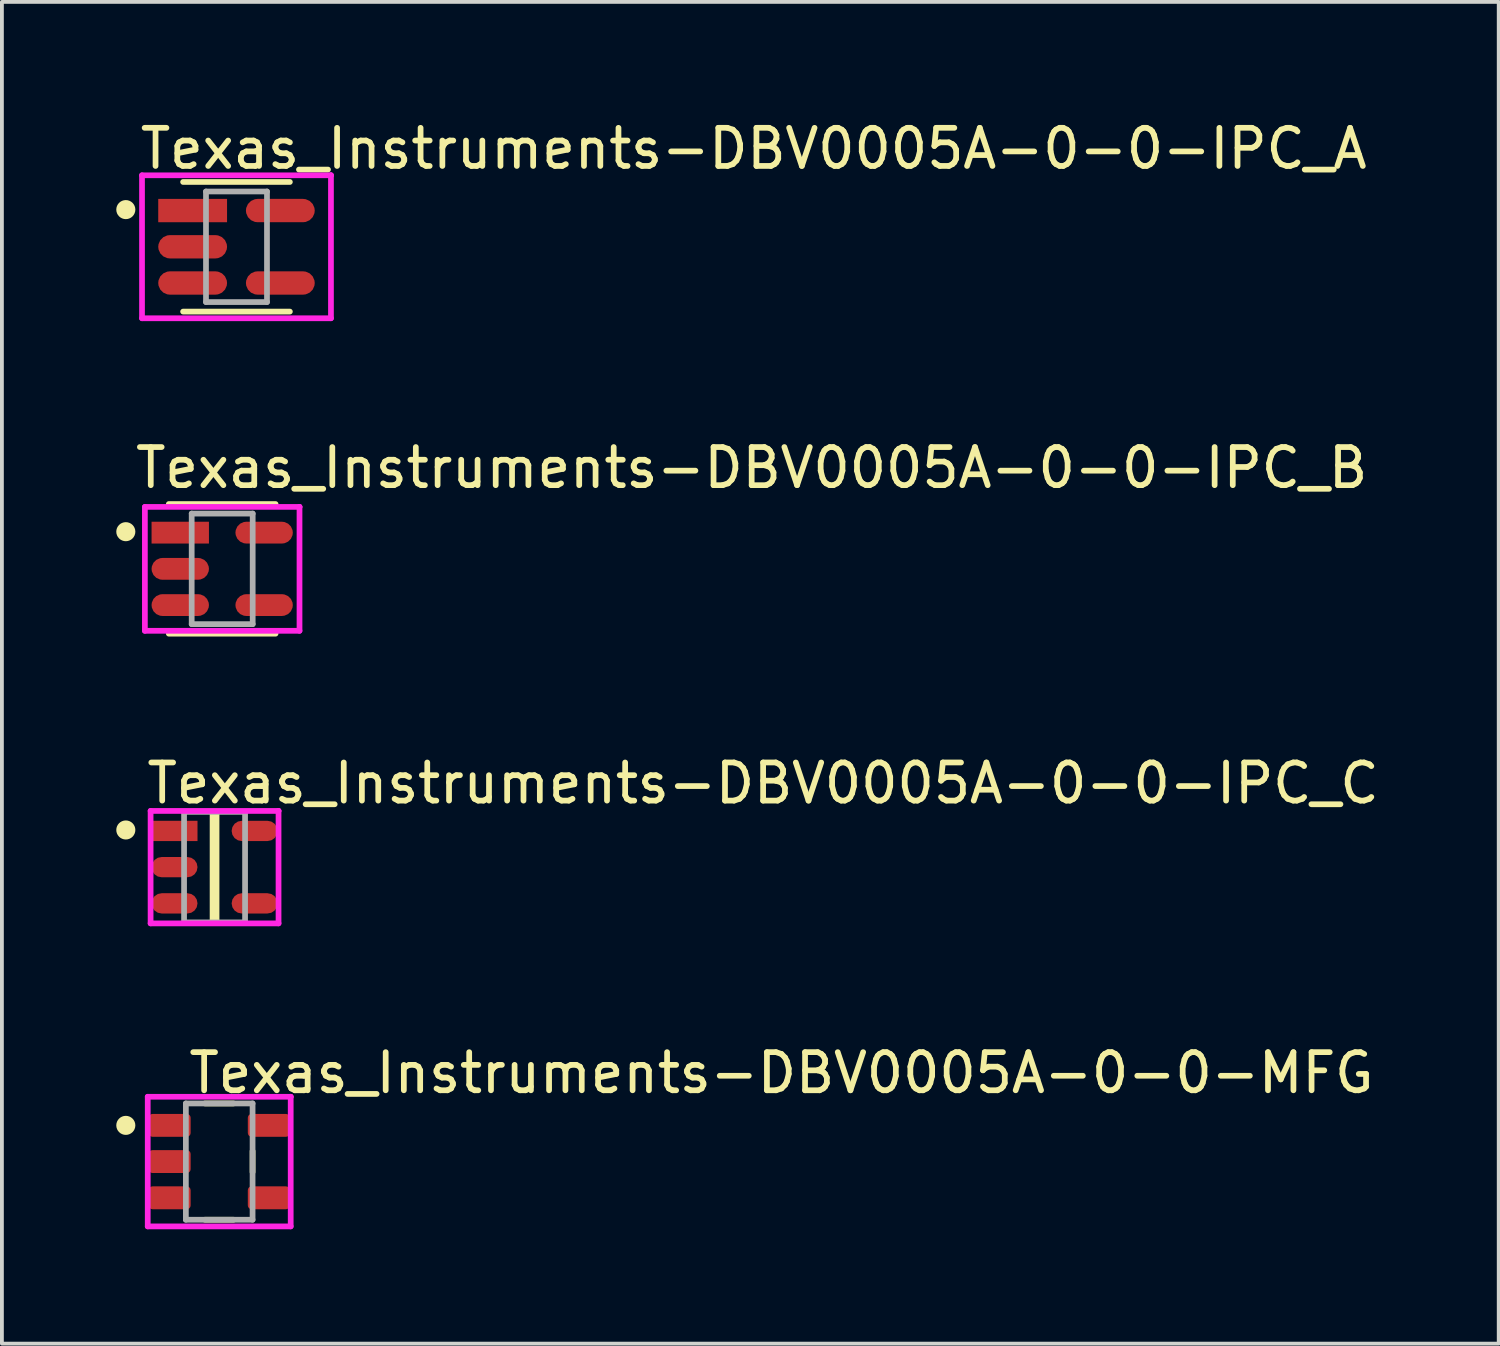
<source format=kicad_pcb>
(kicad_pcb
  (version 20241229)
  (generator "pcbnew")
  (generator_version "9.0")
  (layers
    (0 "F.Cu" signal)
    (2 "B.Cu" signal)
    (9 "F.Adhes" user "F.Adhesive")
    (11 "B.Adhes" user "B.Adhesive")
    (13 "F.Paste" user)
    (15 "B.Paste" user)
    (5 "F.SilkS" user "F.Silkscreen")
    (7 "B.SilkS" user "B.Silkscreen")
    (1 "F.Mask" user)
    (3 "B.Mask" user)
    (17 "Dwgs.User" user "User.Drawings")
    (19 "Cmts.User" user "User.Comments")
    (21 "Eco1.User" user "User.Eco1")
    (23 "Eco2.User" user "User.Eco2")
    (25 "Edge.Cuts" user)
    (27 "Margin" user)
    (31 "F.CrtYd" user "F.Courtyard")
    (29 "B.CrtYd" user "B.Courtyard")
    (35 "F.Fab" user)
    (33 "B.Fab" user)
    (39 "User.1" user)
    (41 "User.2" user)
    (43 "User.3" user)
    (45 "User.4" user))
  (footprint "Texas_Instruments-DBV0005A-0-0-IPC_A"
    (layer "F.Cu")
    (at 3.153 3.423)
    (property "Reference" "Texas_Instruments-DBV0005A-0-0-IPC_A" (at -2.603 -2.575 0) (layer "F.SilkS") (effects (font (size 1 1) (thickness 0.15)) (justify left)))
    (attr through_hole)
    (fp_line (start -1.4 -1.7) (end 1.4 -1.7) (stroke (width 0.15) (type solid)) (layer "F.SilkS"))
    (fp_line (start -1.4 1.7) (end 1.4 1.7) (stroke (width 0.15) (type solid)) (layer "F.SilkS"))
    (fp_circle (center -2.903 -0.975) (end -2.778 -0.975) (stroke (width 0.25) (type solid)) (fill no) (layer "F.SilkS"))
    (fp_line (start -2.478 -1.875) (end -2.478 1.875) (stroke (width 0.15) (type solid)) (layer "F.CrtYd"))
    (fp_line (start -2.478 1.875) (end 2.478 1.875) (stroke (width 0.15) (type solid)) (layer "F.CrtYd"))
    (fp_line (start 2.478 -1.875) (end -2.478 -1.875) (stroke (width 0.15) (type solid)) (layer "F.CrtYd"))
    (fp_line (start 2.478 -1.875) (end 2.478 -1.875) (stroke (width 0.15) (type solid)) (layer "F.CrtYd"))
    (fp_line (start 2.478 1.875) (end 2.478 -1.875) (stroke (width 0.15) (type solid)) (layer "F.CrtYd"))
    (fp_line (start -0.8 -1.45) (end 0.8 -1.45) (stroke (width 0.15) (type solid)) (layer "F.Fab"))
    (fp_line (start -0.8 1.45) (end -0.8 -1.45) (stroke (width 0.15) (type solid)) (layer "F.Fab"))
    (fp_line (start 0.8 -1.45) (end 0.8 1.45) (stroke (width 0.15) (type solid)) (layer "F.Fab"))
    (fp_line (start 0.8 1.45) (end -0.8 1.45) (stroke (width 0.15) (type solid)) (layer "F.Fab"))
    (pad "1" smd rect (at -1.15 -0.95) (size 1.805 0.612) (layers "F.Cu" "F.Mask" "F.Paste"))
    (pad "2" smd roundrect (at -1.15 0) (size 1.805 0.612) (layers "F.Cu" "F.Mask" "F.Paste") (roundrect_rratio 0.5))
    (pad "3" smd roundrect (at -1.15 0.95) (size 1.805 0.612) (layers "F.Cu" "F.Mask" "F.Paste") (roundrect_rratio 0.5))
    (pad "4" smd roundrect (at 1.15 0.95) (size 1.805 0.612) (layers "F.Cu" "F.Mask" "F.Paste") (roundrect_rratio 0.5))
    (pad "5" smd roundrect (at 1.15 -0.95) (size 1.805 0.612) (layers "F.Cu" "F.Mask" "F.Paste") (roundrect_rratio 0.5)))
  (footprint "Texas_Instruments-DBV0005A-0-0-IPC_C"
    (layer "F.Cu")
    (at 2.578 19.695)
    (property "Reference" "Texas_Instruments-DBV0005A-0-0-IPC_C" (at -1.853 -2.2 0) (layer "F.SilkS") (effects (font (size 1 1) (thickness 0.15)) (justify left)))
    (attr through_hole)
    (fp_line (start -0.052 -1.45) (end -0.052 1.45) (stroke (width 0.15) (type solid)) (layer "F.SilkS"))
    (fp_line (start -0.052 1.45) (end 0.052 1.45) (stroke (width 0.15) (type solid)) (layer "F.SilkS"))
    (fp_line (start 0.052 -1.45) (end -0.052 -1.45) (stroke (width 0.15) (type solid)) (layer "F.SilkS"))
    (fp_line (start 0.052 1.45) (end 0.052 -1.45) (stroke (width 0.15) (type solid)) (layer "F.SilkS"))
    (fp_circle (center -2.328 -0.975) (end -2.203 -0.975) (stroke (width 0.25) (type solid)) (fill no) (layer "F.SilkS"))
    (fp_line (start -1.678 -1.475) (end -1.678 1.475) (stroke (width 0.15) (type solid)) (layer "F.CrtYd"))
    (fp_line (start -1.678 1.475) (end 1.678 1.475) (stroke (width 0.15) (type solid)) (layer "F.CrtYd"))
    (fp_line (start 1.678 -1.475) (end -1.678 -1.475) (stroke (width 0.15) (type solid)) (layer "F.CrtYd"))
    (fp_line (start 1.678 -1.475) (end 1.678 -1.475) (stroke (width 0.15) (type solid)) (layer "F.CrtYd"))
    (fp_line (start 1.678 1.475) (end 1.678 -1.475) (stroke (width 0.15) (type solid)) (layer "F.CrtYd"))
    (fp_line (start -0.8 -1.45) (end 0.8 -1.45) (stroke (width 0.15) (type solid)) (layer "F.Fab"))
    (fp_line (start -0.8 1.45) (end -0.8 -1.45) (stroke (width 0.15) (type solid)) (layer "F.Fab"))
    (fp_line (start 0.8 -1.45) (end 0.8 1.45) (stroke (width 0.15) (type solid)) (layer "F.Fab"))
    (fp_line (start 0.8 1.45) (end -0.8 1.45) (stroke (width 0.15) (type solid)) (layer "F.Fab"))
    (pad "1" smd rect (at -1.05 -0.95) (size 1.205 0.532) (layers "F.Cu" "F.Mask" "F.Paste"))
    (pad "2" smd roundrect (at -1.05 0) (size 1.205 0.532) (layers "F.Cu" "F.Mask" "F.Paste") (roundrect_rratio 0.5))
    (pad "3" smd roundrect (at -1.05 0.95) (size 1.205 0.532) (layers "F.Cu" "F.Mask" "F.Paste") (roundrect_rratio 0.5))
    (pad "4" smd roundrect (at 1.05 0.95) (size 1.205 0.532) (layers "F.Cu" "F.Mask" "F.Paste") (roundrect_rratio 0.5))
    (pad "5" smd roundrect (at 1.05 -0.95) (size 1.205 0.532) (layers "F.Cu" "F.Mask" "F.Paste") (roundrect_rratio 0.5)))
  (footprint "Texas_Instruments-DBV0005A-0-0-IPC_B"
    (layer "F.Cu")
    (at 2.778 11.871)
    (property "Reference" "Texas_Instruments-DBV0005A-0-0-IPC_B" (at -2.353 -2.65 0) (layer "F.SilkS") (effects (font (size 1 1) (thickness 0.15)) (justify left)))
    (attr through_hole)
    (fp_line (start -1.4 -1.7) (end 1.4 -1.7) (stroke (width 0.15) (type solid)) (layer "F.SilkS"))
    (fp_line (start -1.4 1.7) (end 1.4 1.7) (stroke (width 0.15) (type solid)) (layer "F.SilkS"))
    (fp_circle (center -2.528 -0.975) (end -2.403 -0.975) (stroke (width 0.25) (type solid)) (fill no) (layer "F.SilkS"))
    (fp_line (start -2.028 -1.625) (end -2.028 1.625) (stroke (width 0.15) (type solid)) (layer "F.CrtYd"))
    (fp_line (start -2.028 1.625) (end 2.028 1.625) (stroke (width 0.15) (type solid)) (layer "F.CrtYd"))
    (fp_line (start 2.028 -1.625) (end -2.028 -1.625) (stroke (width 0.15) (type solid)) (layer "F.CrtYd"))
    (fp_line (start 2.028 -1.625) (end 2.028 -1.625) (stroke (width 0.15) (type solid)) (layer "F.CrtYd"))
    (fp_line (start 2.028 1.625) (end 2.028 -1.625) (stroke (width 0.15) (type solid)) (layer "F.CrtYd"))
    (fp_line (start -0.8 -1.45) (end 0.8 -1.45) (stroke (width 0.15) (type solid)) (layer "F.Fab"))
    (fp_line (start -0.8 1.45) (end -0.8 -1.45) (stroke (width 0.15) (type solid)) (layer "F.Fab"))
    (fp_line (start 0.8 -1.45) (end 0.8 1.45) (stroke (width 0.15) (type solid)) (layer "F.Fab"))
    (fp_line (start 0.8 1.45) (end -0.8 1.45) (stroke (width 0.15) (type solid)) (layer "F.Fab"))
    (pad "1" smd rect (at -1.1 -0.95) (size 1.505 0.572) (layers "F.Cu" "F.Mask" "F.Paste"))
    (pad "2" smd roundrect (at -1.1 0) (size 1.505 0.572) (layers "F.Cu" "F.Mask" "F.Paste") (roundrect_rratio 0.5))
    (pad "3" smd roundrect (at -1.1 0.95) (size 1.505 0.572) (layers "F.Cu" "F.Mask" "F.Paste") (roundrect_rratio 0.5))
    (pad "4" smd roundrect (at 1.1 0.95) (size 1.505 0.572) (layers "F.Cu" "F.Mask" "F.Paste") (roundrect_rratio 0.5))
    (pad "5" smd roundrect (at 1.1 -0.95) (size 1.505 0.572) (layers "F.Cu" "F.Mask" "F.Paste") (roundrect_rratio 0.5)))
  (footprint "Texas_Instruments-DBV0005A-0-0-MFG"
    (layer "F.Cu")
    (at 2.7 27.418)
    (property "Reference" "Texas_Instruments-DBV0005A-0-0-MFG" (at -0.875 -2.325 0) (layer "F.SilkS") (effects (font (size 1 1) (thickness 0.15)) (justify left)))
    (attr through_hole)
    (fp_line (start -0.375 -1.525) (end 0.375 -1.525) (stroke (width 0.15) (type solid)) (layer "F.SilkS"))
    (fp_line (start -0.375 1.525) (end 0.375 1.525) (stroke (width 0.15) (type solid)) (layer "F.SilkS"))
    (fp_line (start 0.875 0.275) (end 0.875 -0.275) (stroke (width 0.15) (type solid)) (layer "F.SilkS"))
    (fp_circle (center -2.45 -0.95) (end -2.325 -0.95) (stroke (width 0.25) (type solid)) (fill no) (layer "F.SilkS"))
    (fp_line (start -1.875 -1.7) (end -1.875 1.7) (stroke (width 0.15) (type solid)) (layer "F.CrtYd"))
    (fp_line (start -1.875 1.7) (end 1.875 1.7) (stroke (width 0.15) (type solid)) (layer "F.CrtYd"))
    (fp_line (start 1.875 -1.7) (end -1.875 -1.7) (stroke (width 0.15) (type solid)) (layer "F.CrtYd"))
    (fp_line (start 1.875 -1.7) (end 1.875 -1.7) (stroke (width 0.15) (type solid)) (layer "F.CrtYd"))
    (fp_line (start 1.875 1.7) (end 1.875 -1.7) (stroke (width 0.15) (type solid)) (layer "F.CrtYd"))
    (fp_line (start -0.875 -1.525) (end 0.875 -1.525) (stroke (width 0.15) (type solid)) (layer "F.Fab"))
    (fp_line (start -0.875 1.525) (end -0.875 -1.525) (stroke (width 0.15) (type solid)) (layer "F.Fab"))
    (fp_line (start 0.875 -1.525) (end 0.875 1.525) (stroke (width 0.15) (type solid)) (layer "F.Fab"))
    (fp_line (start 0.875 1.525) (end -0.875 1.525) (stroke (width 0.15) (type solid)) (layer "F.Fab"))
    (pad "1" smd roundrect (at -1.3 -0.95) (size 1.1 0.6) (layers "F.Cu" "F.Mask" "F.Paste") (roundrect_rratio 0.167))
    (pad "2" smd roundrect (at -1.3 0) (size 1.1 0.6) (layers "F.Cu" "F.Mask" "F.Paste") (roundrect_rratio 0.167))
    (pad "3" smd roundrect (at -1.3 0.95) (size 1.1 0.6) (layers "F.Cu" "F.Mask" "F.Paste") (roundrect_rratio 0.167))
    (pad "4" smd roundrect (at 1.3 0.95) (size 1.1 0.6) (layers "F.Cu" "F.Mask" "F.Paste") (roundrect_rratio 0.167))
    (pad "5" smd roundrect (at 1.3 -0.95) (size 1.1 0.6) (layers "F.Cu" "F.Mask" "F.Paste") (roundrect_rratio 0.167)))
  (gr_rect
    (start -3 -3)
    (end 36.261 32.193)
    (stroke (width 0.1) (type default))
    (fill no)
    (layer "Edge.Cuts")))
</source>
